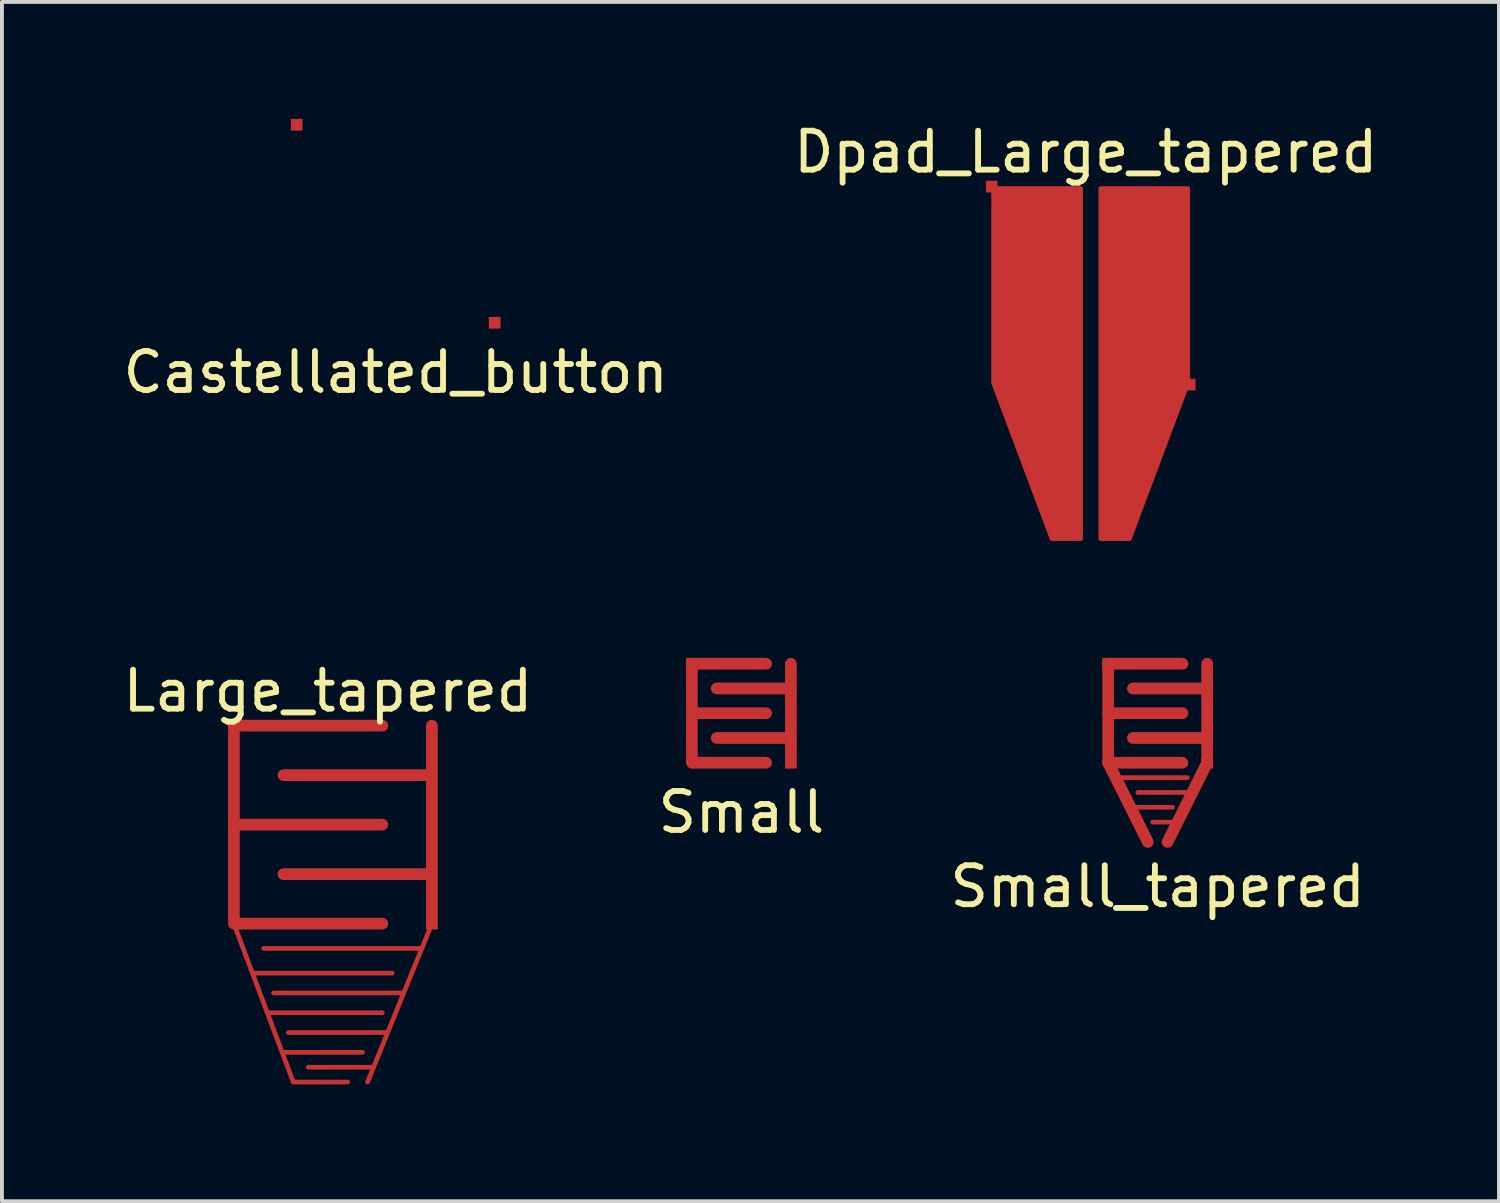
<source format=kicad_pcb>
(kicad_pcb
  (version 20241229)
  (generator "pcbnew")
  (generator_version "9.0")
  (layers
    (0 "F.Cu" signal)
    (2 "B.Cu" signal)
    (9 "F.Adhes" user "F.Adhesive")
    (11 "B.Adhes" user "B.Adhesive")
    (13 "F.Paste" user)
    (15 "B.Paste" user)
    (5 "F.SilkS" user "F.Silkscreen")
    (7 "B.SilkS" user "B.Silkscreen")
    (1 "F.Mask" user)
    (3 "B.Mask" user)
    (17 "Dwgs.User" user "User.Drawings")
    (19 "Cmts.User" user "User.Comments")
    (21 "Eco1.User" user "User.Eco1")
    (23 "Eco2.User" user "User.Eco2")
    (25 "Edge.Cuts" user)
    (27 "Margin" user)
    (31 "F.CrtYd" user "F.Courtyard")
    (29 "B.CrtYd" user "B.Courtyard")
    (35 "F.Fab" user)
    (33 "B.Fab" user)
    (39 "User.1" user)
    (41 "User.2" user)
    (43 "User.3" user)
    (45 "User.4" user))
  (footprint "Small"
    (layer "F.Cu")
    (at 15.97 15.247)
    (property "Reference" "Small" (at 0 2.54 0) (layer "F.SilkS") (effects (font (size 1 1) (thickness 0.15))))
    (attr smd)
    (pad "1" connect custom (at 1.27 1.27) (size 0.3 0.3) (layers "F.Cu" "F.Mask") (options (anchor rect)) (primitives (gr_line (start -1.905 -0.635) (end 0 -0.635) (width 0.3)) (gr_line (start 0 -1.905) (end -1.905 -1.905) (width 0.3)) (gr_line (start 0 -2.54) (end 0 0) (width 0.3))))
    (pad "2" connect custom (at -1.27 -1.27) (size 0.3 0.3) (layers "F.Cu" "F.Mask") (options (anchor rect)) (primitives (gr_line (start 0 2.54) (end 1.905 2.54) (width 0.3)) (gr_line (start 0 0) (end 1.905 0) (width 0.3)) (gr_line (start 0 1.27) (end 1.905 1.27) (width 0.3)) (gr_line (start 0 0) (end 0 2.54) (width 0.3)))))
  (footprint "Small_tapered"
    (layer "F.Cu")
    (at 26.649 15.247)
    (property "Reference" "Small_tapered" (at 0 4.445 0) (layer "F.SilkS") (effects (font (size 1 1) (thickness 0.15))))
    (attr smd)
    (fp_line (start -1.27 -1.27) (end -1.27 1.27) (stroke (width 0.3) (type solid)) (layer "F.Cu"))
    (fp_line (start -1.27 -1.27) (end 0.635 -1.27) (stroke (width 0.3) (type solid)) (layer "F.Cu"))
    (fp_line (start -1.27 0) (end 0.635 0) (stroke (width 0.3) (type solid)) (layer "F.Cu"))
    (fp_line (start -1.27 1.27) (end -0.254 3.302) (stroke (width 0.3) (type solid)) (layer "F.Cu"))
    (fp_line (start -1.27 1.27) (end 0.635 1.27) (stroke (width 0.3) (type solid)) (layer "F.Cu"))
    (fp_line (start -1.016 1.651) (end 0.762 1.651) (stroke (width 0.12) (type solid)) (layer "F.Cu"))
    (fp_line (start -0.635 0.635) (end 1.27 0.635) (stroke (width 0.3) (type solid)) (layer "F.Cu"))
    (fp_line (start -0.635 2.413) (end 0.381 2.413) (stroke (width 0.12) (type solid)) (layer "F.Cu"))
    (fp_line (start 0.508 2.794) (end -0.127 2.794) (stroke (width 0.12) (type solid)) (layer "F.Cu"))
    (fp_line (start 0.889 2.032) (end -0.508 2.032) (stroke (width 0.12) (type solid)) (layer "F.Cu"))
    (fp_line (start 1.27 -1.27) (end 1.27 1.27) (stroke (width 0.3) (type solid)) (layer "F.Cu"))
    (fp_line (start 1.27 -0.635) (end -0.635 -0.635) (stroke (width 0.3) (type solid)) (layer "F.Cu"))
    (fp_line (start 1.27 1.27) (end 0.254 3.302) (stroke (width 0.3) (type solid)) (layer "F.Cu"))
    (pad "1" connect rect (at 1.27 1.27) (size 0.3 0.3) (layers "F.Cu" "F.Mask"))
    (pad "2" connect rect (at -1.27 -1.27) (size 0.3 0.3) (layers "F.Cu" "F.Mask")))
  (footprint "Large_tapered"
    (layer "F.Cu")
    (at 5.49 18.105)
    (property "Reference" "Large_tapered" (at -0.127 -3.429 0) (layer "F.SilkS") (effects (font (size 1 1) (thickness 0.15))))
    (attr smd)
    (pad "1" connect custom (at 2.54 2.54) (size 0.3 0.3) (layers "F.Cu" "F.Mask") (options (anchor rect)) (primitives (gr_line (start -0.254 0.635) (end -4.318 0.635) (width 0.12)) (gr_line (start -1.143 2.794) (end -3.683 2.794) (width 0.12)) (gr_line (start -0.762 1.778) (end -4.064 1.778) (width 0.12)) (gr_line (start -1.524 3.683) (end -3.175 3.683) (width 0.12)) (gr_line (start 0 -1.27) (end -3.81 -1.27) (width 0.3)) (gr_line (start 0 -3.81) (end -3.81 -3.81) (width 0.3)) (gr_line (start 0 0) (end -1.651 4.064) (width 0.12)) (gr_line (start 0 -5.08) (end 0 0) (width 0.3))))
    (pad "2" connect custom (at -2.54 -2.54) (size 0.3 0.3) (layers "F.Cu" "F.Mask") (options (anchor rect)) (primitives (gr_line (start 0.508 6.35) (end 4.064 6.35) (width 0.12)) (gr_line (start 0.889 7.366) (end 3.81 7.366) (width 0.12)) (gr_line (start 1.27 8.382) (end 3.302 8.382) (width 0.12)) (gr_line (start 1.524 9.144) (end 2.921 9.144) (width 0.12)) (gr_line (start 0 5.08) (end 1.524 9.144) (width 0.12)) (gr_line (start 0 2.54) (end 3.81 2.54) (width 0.3)) (gr_line (start 0 0) (end 0 5.08) (width 0.3)) (gr_line (start 3.81 0) (end 0 0) (width 0.3)) (gr_line (start 0 5.08) (end 3.81 5.08) (width 0.3)))))
  (footprint "Dpad_Large_tapered"
    (layer "F.Cu")
    (at 24.931 4.277)
    (property "Reference" "Dpad_Large_tapered" (at -0.127 -3.429 0) (layer "F.SilkS") (effects (font (size 1 1) (thickness 0.15))))
    (attr smd)
    (pad "1" connect custom (at 2.54 2.54) (size 0.3 0.3) (layers "F.Cu" "F.Mask") (options (anchor rect)) (primitives (gr_poly (pts (xy -0.04 -5.04) (xy -2.29 -5.04) (xy -2.29 3.96) (xy -1.54 3.96) (xy -0.04 -0.04)) (width 0.1) (fill yes))))
    (pad "2" connect custom (at -2.54 -2.54) (size 0.3 0.3) (layers "F.Cu" "F.Mask") (options (anchor rect)) (primitives (gr_poly (pts (xy 0.04 0.04) (xy 2.29 0.04) (xy 2.29 9.04) (xy 1.54 9.04) (xy 0.04 5.04)) (width 0.1) (fill yes)))))
  (footprint "Castellated_button"
    (layer "F.Cu")
    (at 7.101 2.69)
    (property "Reference" "Castellated_button" (at 0 3.81 0) (layer "F.SilkS") (effects (font (size 1 1) (thickness 0.15))))
    (attr smd)
    (pad "1" connect rect (at 2.54 2.54) (size 0.3 0.3) (layers "F.Cu" "F.Mask"))
    (pad "2" connect rect (at -2.54 -2.54) (size 0.3 0.3) (layers "F.Cu" "F.Mask")))
  (gr_rect
    (start -3 -3)
    (end 35.405 27.768)
    (stroke (width 0.1) (type default))
    (fill no)
    (layer "Edge.Cuts")))
</source>
